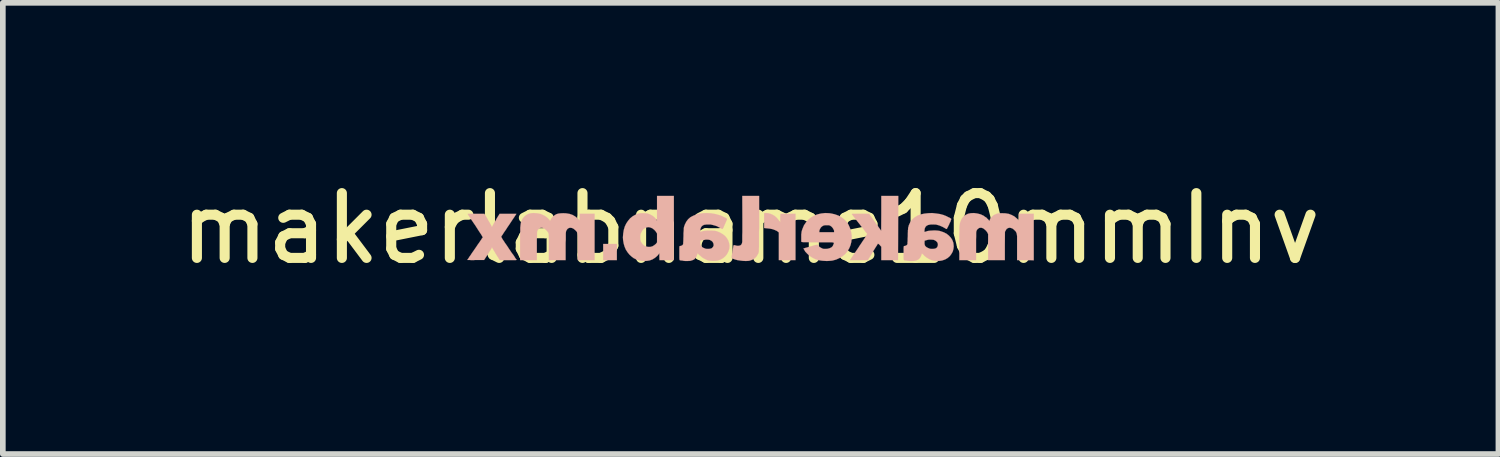
<source format=kicad_pcb>
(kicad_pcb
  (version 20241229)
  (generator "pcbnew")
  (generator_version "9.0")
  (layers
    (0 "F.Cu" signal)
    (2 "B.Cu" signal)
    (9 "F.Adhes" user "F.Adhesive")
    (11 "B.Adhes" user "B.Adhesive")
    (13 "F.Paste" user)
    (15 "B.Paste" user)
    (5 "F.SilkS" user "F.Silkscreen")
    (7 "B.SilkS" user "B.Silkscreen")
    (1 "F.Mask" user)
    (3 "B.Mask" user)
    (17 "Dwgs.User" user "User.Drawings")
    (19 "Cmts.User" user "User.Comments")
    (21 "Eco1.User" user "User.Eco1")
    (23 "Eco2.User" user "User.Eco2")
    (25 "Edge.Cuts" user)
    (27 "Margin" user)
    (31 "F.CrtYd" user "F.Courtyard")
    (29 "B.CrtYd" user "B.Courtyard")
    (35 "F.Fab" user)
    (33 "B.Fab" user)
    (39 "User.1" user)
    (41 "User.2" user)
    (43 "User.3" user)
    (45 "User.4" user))
  (footprint "makerlabname10mmInv"
    (layer "F.Cu")
    (at 10.194 0.981)
    (property "Reference" "makerlabname10mmInv" (at 0 0 0) (layer "F.SilkS") (effects (font (size 1.143 1.143) (thickness 0.178))))
    (attr through_hole)
    (fp_poly (pts (xy -2.601 0.559) (xy -2.482 0.559) (xy -2.36 0.559) (xy -2.36 0.417) (xy -2.36 0.274) (xy -2.482 0.274) (xy -2.601 0.274) (xy -2.601 0.417) (xy -2.601 0.559)) (stroke (width 0.003) (type solid)) (fill yes) (layer "B.SilkS"))
    (fp_poly (pts (xy 0.239 -0.008) (xy 0.284 -0.003) (xy 0.34 0.003) (xy 0.389 0.013) (xy 0.429 0.028) (xy 0.462 0.043) (xy 0.483 0.058) (xy 0.498 0.071) (xy 0.498 0.315) (xy 0.498 0.559) (xy 0.645 0.559) (xy 0.792 0.559) (xy 0.792 0.15) (xy 0.792 -0.259) (xy 0.658 -0.257) (xy 0.526 -0.257) (xy 0.523 -0.18) (xy 0.523 -0.107) (xy 0.5 -0.14) (xy 0.465 -0.183) (xy 0.427 -0.218) (xy 0.384 -0.244) (xy 0.338 -0.262) (xy 0.307 -0.269) (xy 0.287 -0.272) (xy 0.267 -0.272) (xy 0.254 -0.272) (xy 0.239 -0.267) (xy 0.239 -0.137) (xy 0.239 -0.008)) (stroke (width 0.003) (type solid)) (fill yes) (layer "B.SilkS"))
    (fp_poly (pts (xy 1.753 0.559) (xy 1.91 0.559) (xy 2.068 0.559) (xy 2.154 0.417) (xy 2.174 0.384) (xy 2.195 0.351) (xy 2.212 0.323) (xy 2.228 0.3) (xy 2.238 0.282) (xy 2.243 0.272) (xy 2.245 0.269) (xy 2.248 0.269) (xy 2.258 0.274) (xy 2.271 0.284) (xy 2.278 0.292) (xy 2.306 0.323) (xy 2.306 0.442) (xy 2.306 0.559) (xy 2.454 0.559) (xy 2.601 0.559) (xy 2.603 -0.008) (xy 2.606 -0.574) (xy 2.456 -0.574) (xy 2.306 -0.574) (xy 2.306 -0.267) (xy 2.304 0.041) (xy 2.197 -0.109) (xy 2.09 -0.259) (xy 1.938 -0.259) (xy 1.9 -0.259) (xy 1.864 -0.259) (xy 1.834 -0.257) (xy 1.811 -0.257) (xy 1.793 -0.257) (xy 1.786 -0.254) (xy 1.788 -0.249) (xy 1.798 -0.239) (xy 1.811 -0.221) (xy 1.829 -0.196) (xy 1.852 -0.168) (xy 1.877 -0.135) (xy 1.905 -0.099) (xy 1.92 -0.081) (xy 1.948 -0.043) (xy 1.976 -0.01) (xy 1.999 0.02) (xy 2.019 0.048) (xy 2.037 0.071) (xy 2.05 0.086) (xy 2.057 0.094) (xy 2.057 0.097) (xy 2.055 0.102) (xy 2.047 0.114) (xy 2.035 0.135) (xy 2.019 0.163) (xy 1.999 0.193) (xy 1.974 0.229) (xy 1.948 0.269) (xy 1.92 0.31) (xy 1.908 0.33) (xy 1.753 0.559)) (stroke (width 0.003) (type solid)) (fill yes) (layer "B.SilkS"))
    (fp_poly (pts (xy -0.333 0.511) (xy -0.33 0.521) (xy -0.325 0.528) (xy -0.315 0.533) (xy -0.3 0.538) (xy -0.282 0.544) (xy -0.279 0.546) (xy -0.231 0.559) (xy -0.183 0.566) (xy -0.132 0.572) (xy -0.084 0.574) (xy -0.041 0.572) (xy -0.02 0.569) (xy 0.005 0.561) (xy 0.036 0.549) (xy 0.064 0.533) (xy 0.076 0.523) (xy 0.099 0.5) (xy 0.119 0.47) (xy 0.137 0.437) (xy 0.137 0.432) (xy 0.14 0.427) (xy 0.142 0.419) (xy 0.142 0.411) (xy 0.145 0.404) (xy 0.145 0.391) (xy 0.145 0.376) (xy 0.145 0.358) (xy 0.147 0.335) (xy 0.147 0.305) (xy 0.147 0.272) (xy 0.147 0.229) (xy 0.147 0.18) (xy 0.147 0.124) (xy 0.147 0.061) (xy 0.15 -0.013) (xy 0.15 -0.084) (xy 0.15 -0.574) (xy 0.003 -0.574) (xy -0.147 -0.574) (xy -0.145 -0.17) (xy -0.145 -0.081) (xy -0.145 -0.003) (xy -0.145 0.064) (xy -0.147 0.122) (xy -0.147 0.17) (xy -0.147 0.206) (xy -0.147 0.234) (xy -0.15 0.249) (xy -0.15 0.254) (xy -0.16 0.279) (xy -0.178 0.297) (xy -0.203 0.305) (xy -0.231 0.307) (xy -0.257 0.302) (xy -0.274 0.297) (xy -0.287 0.295) (xy -0.295 0.292) (xy -0.297 0.295) (xy -0.3 0.302) (xy -0.305 0.312) (xy -0.307 0.333) (xy -0.312 0.361) (xy -0.318 0.396) (xy -0.32 0.406) (xy -0.325 0.445) (xy -0.33 0.472) (xy -0.333 0.495) (xy -0.333 0.511)) (stroke (width 0.003) (type solid)) (fill yes) (layer "B.SilkS"))
    (fp_poly (pts (xy -2.253 0.157) (xy -2.25 0.203) (xy -2.24 0.264) (xy -2.223 0.323) (xy -2.2 0.376) (xy -2.172 0.419) (xy -2.139 0.46) (xy -2.101 0.495) (xy -2.06 0.526) (xy -2.037 0.536) (xy -2.014 0.549) (xy -1.986 0.556) (xy -1.963 0.564) (xy -1.956 0.566) (xy -1.948 0.566) (xy -1.948 0.157) (xy -1.948 0.132) (xy -1.946 0.114) (xy -1.943 0.099) (xy -1.938 0.086) (xy -1.93 0.071) (xy -1.915 0.043) (xy -1.9 0.02) (xy -1.882 0.005) (xy -1.862 -0.008) (xy -1.831 -0.02) (xy -1.796 -0.023) (xy -1.763 -0.015) (xy -1.73 0) (xy -1.699 0.025) (xy -1.671 0.056) (xy -1.671 0.058) (xy -1.651 0.089) (xy -1.651 0.168) (xy -1.651 0.246) (xy -1.671 0.272) (xy -1.699 0.295) (xy -1.732 0.315) (xy -1.768 0.325) (xy -1.788 0.325) (xy -1.811 0.325) (xy -1.834 0.32) (xy -1.844 0.318) (xy -1.875 0.305) (xy -1.902 0.282) (xy -1.923 0.257) (xy -1.933 0.239) (xy -1.941 0.224) (xy -1.943 0.211) (xy -1.946 0.196) (xy -1.948 0.175) (xy -1.948 0.157) (xy -1.948 0.566) (xy -1.918 0.572) (xy -1.875 0.574) (xy -1.831 0.572) (xy -1.793 0.566) (xy -1.781 0.564) (xy -1.732 0.546) (xy -1.687 0.518) (xy -1.646 0.483) (xy -1.623 0.455) (xy -1.61 0.437) (xy -1.61 0.498) (xy -1.608 0.559) (xy -1.483 0.559) (xy -1.356 0.559) (xy -1.354 -0.008) (xy -1.354 -0.574) (xy -1.501 -0.574) (xy -1.651 -0.574) (xy -1.651 -0.356) (xy -1.651 -0.137) (xy -1.671 -0.168) (xy -1.702 -0.201) (xy -1.74 -0.229) (xy -1.783 -0.251) (xy -1.824 -0.264) (xy -1.852 -0.267) (xy -1.882 -0.269) (xy -1.918 -0.269) (xy -1.951 -0.267) (xy -1.979 -0.262) (xy -1.984 -0.262) (xy -2.035 -0.241) (xy -2.083 -0.213) (xy -2.126 -0.178) (xy -2.162 -0.135) (xy -2.195 -0.086) (xy -2.22 -0.033) (xy -2.238 0.028) (xy -2.248 0.091) (xy -2.253 0.157)) (stroke (width 0.003) (type solid)) (fill yes) (layer "B.SilkS"))
    (fp_poly (pts (xy 3.683 0.559) (xy 3.83 0.559) (xy 3.978 0.559) (xy 3.978 0.31) (xy 3.978 0.244) (xy 3.978 0.188) (xy 3.98 0.142) (xy 3.98 0.104) (xy 3.98 0.076) (xy 3.983 0.058) (xy 3.983 0.046) (xy 3.985 0.046) (xy 3.995 0.023) (xy 4.016 0.003) (xy 4.036 -0.01) (xy 4.059 -0.013) (xy 4.072 -0.013) (xy 4.102 -0.003) (xy 4.13 0.018) (xy 4.155 0.041) (xy 4.176 0.069) (xy 4.178 0.074) (xy 4.191 0.099) (xy 4.191 0.328) (xy 4.191 0.559) (xy 4.338 0.559) (xy 4.486 0.559) (xy 4.486 0.31) (xy 4.488 0.058) (xy 4.501 0.036) (xy 4.516 0.01) (xy 4.539 -0.005) (xy 4.562 -0.013) (xy 4.59 -0.01) (xy 4.618 0) (xy 4.646 0.02) (xy 4.653 0.028) (xy 4.663 0.038) (xy 4.674 0.048) (xy 4.681 0.058) (xy 4.686 0.069) (xy 4.691 0.079) (xy 4.696 0.094) (xy 4.699 0.112) (xy 4.702 0.135) (xy 4.702 0.165) (xy 4.702 0.201) (xy 4.702 0.244) (xy 4.702 0.295) (xy 4.702 0.33) (xy 4.702 0.559) (xy 4.849 0.559) (xy 4.996 0.561) (xy 4.996 0.152) (xy 4.996 -0.259) (xy 4.867 -0.259) (xy 4.735 -0.259) (xy 4.735 -0.201) (xy 4.735 -0.14) (xy 4.699 -0.175) (xy 4.656 -0.211) (xy 4.61 -0.236) (xy 4.557 -0.257) (xy 4.498 -0.267) (xy 4.442 -0.269) (xy 4.397 -0.269) (xy 4.361 -0.264) (xy 4.331 -0.254) (xy 4.3 -0.239) (xy 4.285 -0.231) (xy 4.27 -0.218) (xy 4.255 -0.201) (xy 4.239 -0.183) (xy 4.227 -0.165) (xy 4.219 -0.15) (xy 4.216 -0.142) (xy 4.214 -0.135) (xy 4.211 -0.135) (xy 4.206 -0.137) (xy 4.206 -0.14) (xy 4.201 -0.147) (xy 4.191 -0.16) (xy 4.176 -0.173) (xy 4.161 -0.191) (xy 4.14 -0.203) (xy 4.122 -0.216) (xy 4.112 -0.224) (xy 4.059 -0.249) (xy 4 -0.264) (xy 3.94 -0.272) (xy 3.881 -0.269) (xy 3.835 -0.259) (xy 3.795 -0.239) (xy 3.759 -0.213) (xy 3.731 -0.178) (xy 3.716 -0.152) (xy 3.711 -0.14) (xy 3.706 -0.127) (xy 3.701 -0.112) (xy 3.696 -0.099) (xy 3.693 -0.081) (xy 3.691 -0.064) (xy 3.688 -0.041) (xy 3.686 -0.013) (xy 3.686 0.02) (xy 3.686 0.061) (xy 3.683 0.107) (xy 3.683 0.163) (xy 3.683 0.226) (xy 3.683 0.262) (xy 3.683 0.559)) (stroke (width 0.003) (type solid)) (fill yes) (layer "B.SilkS"))
    (fp_poly (pts (xy -4.996 0.556) (xy -4.994 0.556) (xy -4.978 0.556) (xy -4.956 0.556) (xy -4.928 0.559) (xy -4.895 0.559) (xy -4.856 0.556) (xy -4.849 0.556) (xy -4.702 0.556) (xy -4.641 0.462) (xy -4.623 0.434) (xy -4.608 0.406) (xy -4.592 0.384) (xy -4.58 0.363) (xy -4.575 0.351) (xy -4.572 0.351) (xy -4.564 0.33) (xy -4.552 0.353) (xy -4.544 0.363) (xy -4.534 0.384) (xy -4.519 0.406) (xy -4.503 0.434) (xy -4.486 0.462) (xy -4.483 0.467) (xy -4.425 0.559) (xy -4.277 0.559) (xy -4.239 0.559) (xy -4.204 0.559) (xy -4.176 0.559) (xy -4.15 0.559) (xy -4.135 0.556) (xy -4.128 0.556) (xy -4.13 0.551) (xy -4.14 0.538) (xy -4.153 0.521) (xy -4.168 0.495) (xy -4.188 0.465) (xy -4.214 0.432) (xy -4.239 0.394) (xy -4.265 0.356) (xy -4.3 0.302) (xy -4.331 0.259) (xy -4.356 0.221) (xy -4.376 0.191) (xy -4.389 0.168) (xy -4.397 0.152) (xy -4.399 0.147) (xy -4.397 0.14) (xy -4.389 0.127) (xy -4.374 0.107) (xy -4.359 0.081) (xy -4.336 0.048) (xy -4.313 0.015) (xy -4.288 -0.025) (xy -4.265 -0.058) (xy -4.239 -0.097) (xy -4.214 -0.135) (xy -4.191 -0.17) (xy -4.171 -0.198) (xy -4.155 -0.224) (xy -4.143 -0.241) (xy -4.135 -0.254) (xy -4.133 -0.257) (xy -4.138 -0.257) (xy -4.153 -0.257) (xy -4.173 -0.257) (xy -4.201 -0.257) (xy -4.237 -0.257) (xy -4.272 -0.257) (xy -4.282 -0.257) (xy -4.43 -0.257) (xy -4.455 -0.216) (xy -4.468 -0.196) (xy -4.483 -0.17) (xy -4.498 -0.14) (xy -4.516 -0.112) (xy -4.524 -0.099) (xy -4.564 -0.025) (xy -4.575 -0.046) (xy -4.58 -0.056) (xy -4.59 -0.074) (xy -4.602 -0.097) (xy -4.618 -0.124) (xy -4.636 -0.152) (xy -4.638 -0.16) (xy -4.696 -0.257) (xy -4.844 -0.257) (xy -4.882 -0.257) (xy -4.915 -0.257) (xy -4.945 -0.257) (xy -4.968 -0.257) (xy -4.986 -0.257) (xy -4.991 -0.257) (xy -4.989 -0.251) (xy -4.981 -0.239) (xy -4.968 -0.218) (xy -4.953 -0.193) (xy -4.933 -0.163) (xy -4.91 -0.13) (xy -4.884 -0.091) (xy -4.856 -0.051) (xy -4.829 -0.008) (xy -4.801 0.036) (xy -4.778 0.071) (xy -4.757 0.102) (xy -4.742 0.127) (xy -4.732 0.145) (xy -4.727 0.155) (xy -4.727 0.157) (xy -4.729 0.163) (xy -4.74 0.175) (xy -4.752 0.196) (xy -4.77 0.221) (xy -4.79 0.251) (xy -4.816 0.287) (xy -4.841 0.325) (xy -4.864 0.358) (xy -4.892 0.399) (xy -4.917 0.434) (xy -4.94 0.47) (xy -4.961 0.498) (xy -4.976 0.523) (xy -4.989 0.541) (xy -4.996 0.551) (xy -4.996 0.556)) (stroke (width 0.003) (type solid)) (fill yes) (layer "B.SilkS"))
    (fp_poly (pts (xy 0.894 0.157) (xy 0.894 0.185) (xy 0.894 0.208) (xy 0.894 0.226) (xy 0.897 0.236) (xy 0.902 0.239) (xy 0.909 0.239) (xy 0.925 0.241) (xy 0.947 0.241) (xy 0.978 0.241) (xy 1.016 0.241) (xy 1.062 0.244) (xy 1.118 0.244) (xy 1.184 0.244) (xy 1.186 0.244) (xy 1.212 0.244) (xy 1.212 0.066) (xy 1.212 0.053) (xy 1.214 0.036) (xy 1.222 0.013) (xy 1.234 -0.008) (xy 1.245 -0.023) (xy 1.267 -0.041) (xy 1.29 -0.053) (xy 1.321 -0.058) (xy 1.344 -0.058) (xy 1.367 -0.058) (xy 1.384 -0.056) (xy 1.4 -0.051) (xy 1.405 -0.048) (xy 1.427 -0.033) (xy 1.448 -0.01) (xy 1.463 0.015) (xy 1.473 0.038) (xy 1.473 0.053) (xy 1.473 0.066) (xy 1.344 0.066) (xy 1.212 0.066) (xy 1.212 0.244) (xy 1.247 0.244) (xy 1.3 0.244) (xy 1.344 0.244) (xy 1.379 0.244) (xy 1.41 0.244) (xy 1.43 0.244) (xy 1.448 0.246) (xy 1.458 0.249) (xy 1.466 0.251) (xy 1.468 0.254) (xy 1.471 0.259) (xy 1.468 0.264) (xy 1.466 0.272) (xy 1.463 0.279) (xy 1.45 0.31) (xy 1.427 0.333) (xy 1.397 0.348) (xy 1.361 0.358) (xy 1.333 0.361) (xy 1.311 0.361) (xy 1.29 0.361) (xy 1.273 0.356) (xy 1.26 0.351) (xy 1.24 0.34) (xy 1.219 0.328) (xy 1.201 0.312) (xy 1.189 0.297) (xy 1.184 0.29) (xy 1.181 0.287) (xy 1.176 0.287) (xy 1.166 0.29) (xy 1.148 0.292) (xy 1.125 0.297) (xy 1.095 0.307) (xy 1.057 0.318) (xy 0.932 0.353) (xy 0.94 0.366) (xy 0.965 0.409) (xy 1.001 0.447) (xy 1.044 0.485) (xy 1.092 0.516) (xy 1.143 0.541) (xy 1.196 0.559) (xy 1.199 0.559) (xy 1.227 0.564) (xy 1.262 0.569) (xy 1.303 0.572) (xy 1.346 0.574) (xy 1.387 0.572) (xy 1.422 0.569) (xy 1.445 0.566) (xy 1.509 0.549) (xy 1.567 0.523) (xy 1.621 0.49) (xy 1.669 0.45) (xy 1.707 0.404) (xy 1.74 0.351) (xy 1.763 0.295) (xy 1.778 0.234) (xy 1.783 0.168) (xy 1.783 0.13) (xy 1.773 0.061) (xy 1.755 -0.003) (xy 1.73 -0.061) (xy 1.697 -0.114) (xy 1.654 -0.157) (xy 1.605 -0.196) (xy 1.552 -0.226) (xy 1.488 -0.249) (xy 1.422 -0.264) (xy 1.387 -0.269) (xy 1.316 -0.272) (xy 1.245 -0.264) (xy 1.181 -0.249) (xy 1.12 -0.226) (xy 1.067 -0.193) (xy 1.019 -0.155) (xy 0.978 -0.109) (xy 0.942 -0.056) (xy 0.917 0.003) (xy 0.904 0.041) (xy 0.899 0.064) (xy 0.897 0.084) (xy 0.894 0.104) (xy 0.894 0.132) (xy 0.894 0.157)) (stroke (width 0.003) (type solid)) (fill yes) (layer "B.SilkS"))
    (fp_poly (pts (xy -4.067 0.559) (xy -3.919 0.559) (xy -3.772 0.559) (xy -3.772 0.31) (xy -3.772 0.244) (xy -3.772 0.188) (xy -3.769 0.142) (xy -3.769 0.104) (xy -3.769 0.076) (xy -3.767 0.058) (xy -3.767 0.046) (xy -3.764 0.046) (xy -3.754 0.023) (xy -3.734 0.003) (xy -3.713 -0.01) (xy -3.688 -0.013) (xy -3.678 -0.013) (xy -3.65 -0.003) (xy -3.622 0.015) (xy -3.597 0.038) (xy -3.576 0.066) (xy -3.571 0.074) (xy -3.566 0.081) (xy -3.566 0.086) (xy -3.564 0.091) (xy -3.561 0.102) (xy -3.561 0.114) (xy -3.561 0.132) (xy -3.559 0.152) (xy -3.559 0.18) (xy -3.559 0.216) (xy -3.559 0.259) (xy -3.559 0.312) (xy -3.559 0.328) (xy -3.559 0.559) (xy -3.411 0.559) (xy -3.264 0.559) (xy -3.264 0.31) (xy -3.264 0.251) (xy -3.261 0.203) (xy -3.261 0.165) (xy -3.261 0.132) (xy -3.261 0.107) (xy -3.261 0.089) (xy -3.259 0.074) (xy -3.259 0.061) (xy -3.256 0.053) (xy -3.254 0.046) (xy -3.254 0.041) (xy -3.249 0.036) (xy -3.233 0.01) (xy -3.213 -0.005) (xy -3.188 -0.013) (xy -3.16 -0.01) (xy -3.152 -0.008) (xy -3.132 0) (xy -3.114 0.013) (xy -3.096 0.028) (xy -3.086 0.038) (xy -3.076 0.048) (xy -3.068 0.058) (xy -3.061 0.069) (xy -3.058 0.079) (xy -3.053 0.091) (xy -3.051 0.109) (xy -3.048 0.132) (xy -3.048 0.16) (xy -3.048 0.193) (xy -3.048 0.236) (xy -3.048 0.287) (xy -3.048 0.328) (xy -3.048 0.559) (xy -2.901 0.559) (xy -2.753 0.559) (xy -2.753 0.15) (xy -2.753 -0.259) (xy -2.883 -0.259) (xy -3.015 -0.259) (xy -3.015 -0.201) (xy -3.015 -0.14) (xy -3.051 -0.175) (xy -3.094 -0.211) (xy -3.142 -0.239) (xy -3.195 -0.257) (xy -3.256 -0.267) (xy -3.305 -0.269) (xy -3.353 -0.267) (xy -3.393 -0.262) (xy -3.429 -0.251) (xy -3.457 -0.234) (xy -3.485 -0.211) (xy -3.49 -0.206) (xy -3.505 -0.191) (xy -3.518 -0.17) (xy -3.523 -0.16) (xy -3.531 -0.145) (xy -3.536 -0.137) (xy -3.538 -0.135) (xy -3.543 -0.14) (xy -3.551 -0.147) (xy -3.553 -0.152) (xy -3.576 -0.178) (xy -3.604 -0.203) (xy -3.64 -0.226) (xy -3.678 -0.244) (xy -3.711 -0.257) (xy -3.747 -0.264) (xy -3.787 -0.269) (xy -3.828 -0.272) (xy -3.866 -0.269) (xy -3.868 -0.269) (xy -3.914 -0.259) (xy -3.955 -0.239) (xy -3.99 -0.211) (xy -4.018 -0.178) (xy -4.034 -0.152) (xy -4.039 -0.14) (xy -4.044 -0.127) (xy -4.049 -0.114) (xy -4.054 -0.099) (xy -4.056 -0.081) (xy -4.059 -0.064) (xy -4.061 -0.041) (xy -4.064 -0.013) (xy -4.064 0.023) (xy -4.064 0.061) (xy -4.067 0.109) (xy -4.067 0.165) (xy -4.067 0.229) (xy -4.067 0.262) (xy -4.067 0.559)) (stroke (width 0.003) (type solid)) (fill yes) (layer "B.SilkS"))
    (fp_poly (pts (xy -1.257 0.434) (xy -1.257 0.472) (xy -1.257 0.503) (xy -1.257 0.526) (xy -1.255 0.541) (xy -1.255 0.551) (xy -1.252 0.556) (xy -1.25 0.559) (xy -1.247 0.561) (xy -1.232 0.564) (xy -1.206 0.566) (xy -1.179 0.572) (xy -1.151 0.574) (xy -1.123 0.574) (xy -1.113 0.574) (xy -1.067 0.572) (xy -1.029 0.561) (xy -0.996 0.546) (xy -0.973 0.523) (xy -0.955 0.493) (xy -0.942 0.457) (xy -0.937 0.437) (xy -0.897 0.475) (xy -0.889 0.48) (xy -0.889 0.249) (xy -0.889 0.213) (xy -0.851 0.206) (xy -0.815 0.198) (xy -0.777 0.196) (xy -0.744 0.198) (xy -0.719 0.203) (xy -0.691 0.218) (xy -0.671 0.236) (xy -0.658 0.259) (xy -0.653 0.282) (xy -0.653 0.305) (xy -0.663 0.325) (xy -0.681 0.345) (xy -0.691 0.351) (xy -0.714 0.358) (xy -0.742 0.361) (xy -0.772 0.361) (xy -0.8 0.356) (xy -0.805 0.353) (xy -0.831 0.343) (xy -0.853 0.33) (xy -0.874 0.312) (xy -0.881 0.3) (xy -0.886 0.284) (xy -0.889 0.262) (xy -0.889 0.249) (xy -0.889 0.48) (xy -0.853 0.511) (xy -0.808 0.538) (xy -0.762 0.559) (xy -0.737 0.566) (xy -0.704 0.569) (xy -0.668 0.572) (xy -0.632 0.572) (xy -0.602 0.569) (xy -0.582 0.566) (xy -0.531 0.549) (xy -0.485 0.523) (xy -0.447 0.49) (xy -0.417 0.452) (xy -0.394 0.409) (xy -0.378 0.361) (xy -0.376 0.353) (xy -0.373 0.302) (xy -0.381 0.254) (xy -0.396 0.211) (xy -0.422 0.168) (xy -0.452 0.132) (xy -0.495 0.099) (xy -0.544 0.071) (xy -0.594 0.051) (xy -0.61 0.046) (xy -0.625 0.043) (xy -0.64 0.041) (xy -0.66 0.041) (xy -0.686 0.038) (xy -0.716 0.038) (xy -0.724 0.038) (xy -0.762 0.038) (xy -0.792 0.041) (xy -0.815 0.043) (xy -0.836 0.046) (xy -0.856 0.051) (xy -0.876 0.058) (xy -0.881 0.061) (xy -0.886 0.061) (xy -0.889 0.058) (xy -0.889 0.048) (xy -0.889 0.03) (xy -0.889 0.028) (xy -0.881 -0.005) (xy -0.869 -0.03) (xy -0.851 -0.048) (xy -0.823 -0.064) (xy -0.787 -0.069) (xy -0.765 -0.071) (xy -0.709 -0.071) (xy -0.653 -0.058) (xy -0.597 -0.041) (xy -0.538 -0.01) (xy -0.533 -0.008) (xy -0.516 0.003) (xy -0.503 0.008) (xy -0.498 0.01) (xy -0.493 0.008) (xy -0.493 0.005) (xy -0.483 -0.01) (xy -0.472 -0.033) (xy -0.462 -0.058) (xy -0.45 -0.084) (xy -0.439 -0.109) (xy -0.429 -0.132) (xy -0.422 -0.15) (xy -0.417 -0.163) (xy -0.417 -0.168) (xy -0.422 -0.173) (xy -0.434 -0.183) (xy -0.455 -0.193) (xy -0.478 -0.203) (xy -0.5 -0.216) (xy -0.526 -0.226) (xy -0.546 -0.234) (xy -0.549 -0.234) (xy -0.62 -0.254) (xy -0.696 -0.267) (xy -0.775 -0.272) (xy -0.836 -0.269) (xy -0.884 -0.264) (xy -0.922 -0.257) (xy -0.96 -0.246) (xy -0.996 -0.231) (xy -1.013 -0.224) (xy -1.062 -0.198) (xy -1.102 -0.163) (xy -1.133 -0.122) (xy -1.158 -0.074) (xy -1.173 -0.033) (xy -1.176 -0.02) (xy -1.179 -0.003) (xy -1.179 0.018) (xy -1.181 0.048) (xy -1.184 0.084) (xy -1.184 0.13) (xy -1.184 0.135) (xy -1.186 0.18) (xy -1.186 0.216) (xy -1.189 0.244) (xy -1.189 0.264) (xy -1.191 0.277) (xy -1.194 0.284) (xy -1.204 0.295) (xy -1.222 0.305) (xy -1.24 0.31) (xy -1.247 0.31) (xy -1.25 0.31) (xy -1.252 0.312) (xy -1.255 0.318) (xy -1.255 0.325) (xy -1.257 0.338) (xy -1.257 0.358) (xy -1.257 0.386) (xy -1.257 0.422) (xy -1.257 0.434)) (stroke (width 0.003) (type solid)) (fill yes) (layer "B.SilkS"))
    (fp_poly (pts (xy 2.7 0.434) (xy 2.7 0.472) (xy 2.7 0.503) (xy 2.7 0.526) (xy 2.703 0.541) (xy 2.703 0.551) (xy 2.705 0.556) (xy 2.708 0.559) (xy 2.71 0.561) (xy 2.725 0.564) (xy 2.751 0.566) (xy 2.779 0.572) (xy 2.807 0.574) (xy 2.835 0.574) (xy 2.845 0.574) (xy 2.893 0.572) (xy 2.931 0.561) (xy 2.962 0.546) (xy 2.987 0.521) (xy 3.005 0.49) (xy 3.018 0.452) (xy 3.018 0.45) (xy 3.02 0.445) (xy 3.023 0.442) (xy 3.028 0.445) (xy 3.038 0.452) (xy 3.051 0.465) (xy 3.061 0.475) (xy 3.068 0.483) (xy 3.068 0.259) (xy 3.068 0.249) (xy 3.071 0.216) (xy 3.104 0.206) (xy 3.137 0.198) (xy 3.172 0.196) (xy 3.205 0.198) (xy 3.233 0.201) (xy 3.254 0.211) (xy 3.277 0.226) (xy 3.279 0.229) (xy 3.292 0.244) (xy 3.299 0.254) (xy 3.302 0.267) (xy 3.305 0.279) (xy 3.302 0.307) (xy 3.292 0.33) (xy 3.274 0.348) (xy 3.266 0.351) (xy 3.244 0.358) (xy 3.216 0.361) (xy 3.185 0.361) (xy 3.157 0.356) (xy 3.152 0.353) (xy 3.127 0.343) (xy 3.101 0.328) (xy 3.084 0.312) (xy 3.076 0.3) (xy 3.071 0.282) (xy 3.068 0.259) (xy 3.068 0.483) (xy 3.104 0.511) (xy 3.147 0.538) (xy 3.195 0.559) (xy 3.226 0.566) (xy 3.261 0.572) (xy 3.299 0.574) (xy 3.338 0.572) (xy 3.373 0.566) (xy 3.383 0.564) (xy 3.434 0.546) (xy 3.477 0.521) (xy 3.515 0.488) (xy 3.543 0.45) (xy 3.566 0.409) (xy 3.579 0.363) (xy 3.584 0.315) (xy 3.579 0.264) (xy 3.576 0.249) (xy 3.559 0.203) (xy 3.533 0.163) (xy 3.5 0.127) (xy 3.459 0.094) (xy 3.411 0.069) (xy 3.36 0.051) (xy 3.332 0.043) (xy 3.299 0.038) (xy 3.264 0.036) (xy 3.226 0.036) (xy 3.185 0.038) (xy 3.15 0.041) (xy 3.119 0.046) (xy 3.106 0.051) (xy 3.089 0.056) (xy 3.076 0.061) (xy 3.071 0.061) (xy 3.068 0.058) (xy 3.068 0.046) (xy 3.068 0.033) (xy 3.073 0) (xy 3.086 -0.028) (xy 3.106 -0.048) (xy 3.132 -0.061) (xy 3.167 -0.069) (xy 3.211 -0.071) (xy 3.213 -0.071) (xy 3.272 -0.069) (xy 3.33 -0.053) (xy 3.388 -0.028) (xy 3.424 -0.008) (xy 3.442 0.003) (xy 3.454 0.008) (xy 3.459 0.01) (xy 3.465 0.005) (xy 3.47 -0.008) (xy 3.48 -0.025) (xy 3.49 -0.046) (xy 3.503 -0.071) (xy 3.513 -0.097) (xy 3.526 -0.119) (xy 3.533 -0.142) (xy 3.538 -0.157) (xy 3.541 -0.168) (xy 3.536 -0.173) (xy 3.523 -0.183) (xy 3.503 -0.193) (xy 3.48 -0.203) (xy 3.457 -0.216) (xy 3.432 -0.226) (xy 3.411 -0.234) (xy 3.409 -0.236) (xy 3.343 -0.254) (xy 3.274 -0.264) (xy 3.203 -0.272) (xy 3.134 -0.269) (xy 3.068 -0.262) (xy 3.007 -0.249) (xy 2.951 -0.229) (xy 2.931 -0.218) (xy 2.885 -0.188) (xy 2.847 -0.152) (xy 2.817 -0.109) (xy 2.794 -0.061) (xy 2.789 -0.046) (xy 2.786 -0.03) (xy 2.781 -0.018) (xy 2.779 -0.005) (xy 2.779 0.013) (xy 2.776 0.033) (xy 2.776 0.058) (xy 2.774 0.091) (xy 2.774 0.132) (xy 2.774 0.135) (xy 2.771 0.18) (xy 2.771 0.216) (xy 2.769 0.244) (xy 2.769 0.264) (xy 2.766 0.277) (xy 2.764 0.284) (xy 2.753 0.295) (xy 2.736 0.305) (xy 2.718 0.31) (xy 2.71 0.31) (xy 2.708 0.31) (xy 2.705 0.312) (xy 2.703 0.318) (xy 2.703 0.325) (xy 2.7 0.338) (xy 2.7 0.358) (xy 2.7 0.386) (xy 2.7 0.422) (xy 2.7 0.434)) (stroke (width 0.003) (type solid)) (fill yes) (layer "B.SilkS")))
  (gr_rect
    (start -3 -3)
    (end 23.389 4.961)
    (stroke (width 0.1) (type default))
    (fill no)
    (layer "Edge.Cuts")))
</source>
